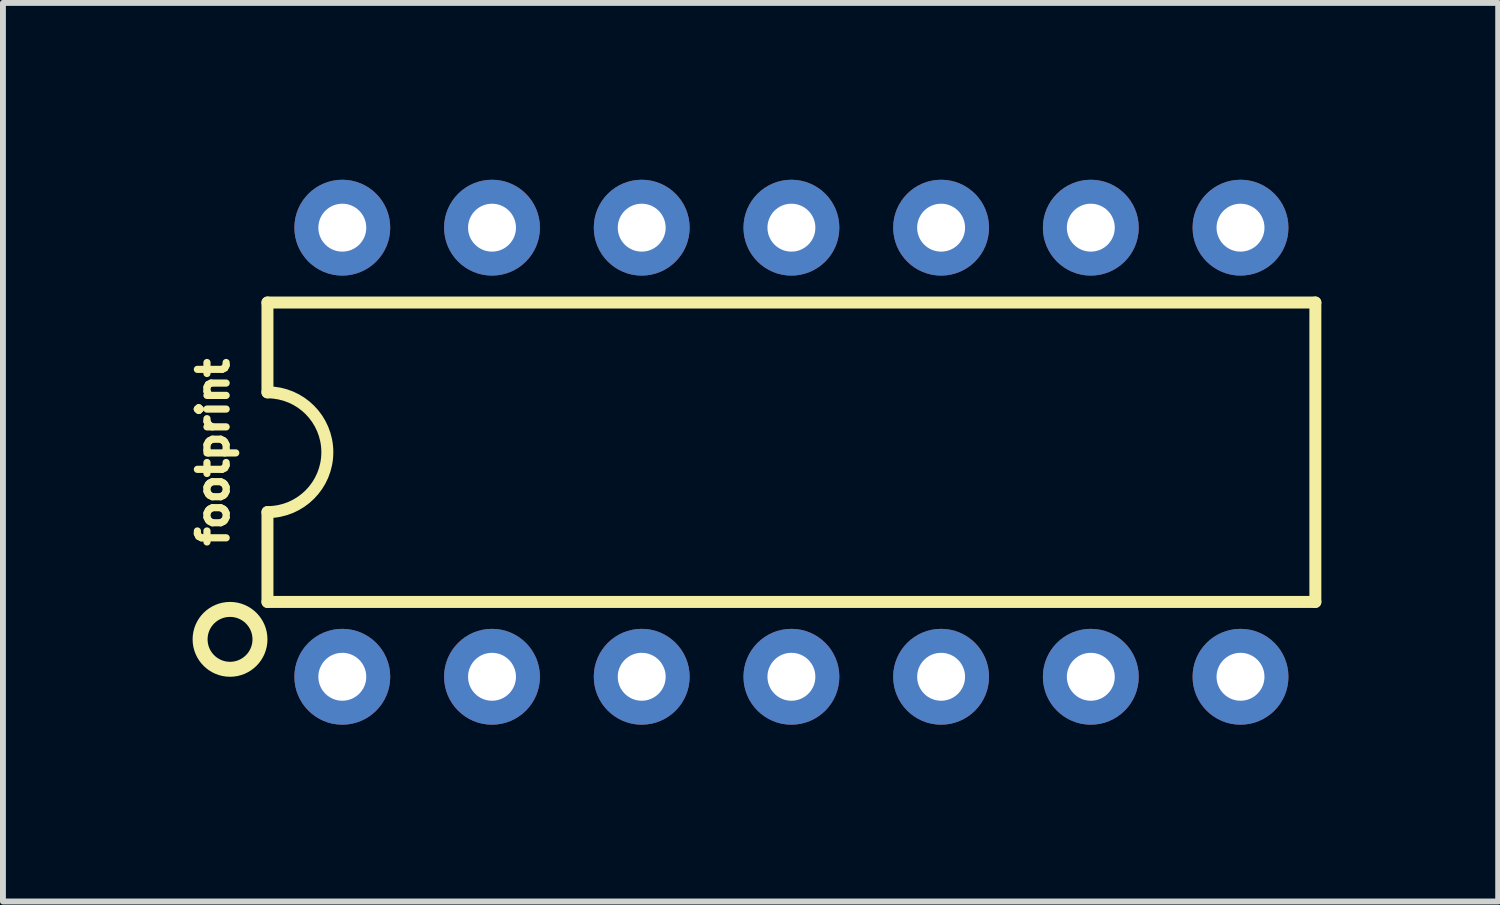
<source format=kicad_pcb>
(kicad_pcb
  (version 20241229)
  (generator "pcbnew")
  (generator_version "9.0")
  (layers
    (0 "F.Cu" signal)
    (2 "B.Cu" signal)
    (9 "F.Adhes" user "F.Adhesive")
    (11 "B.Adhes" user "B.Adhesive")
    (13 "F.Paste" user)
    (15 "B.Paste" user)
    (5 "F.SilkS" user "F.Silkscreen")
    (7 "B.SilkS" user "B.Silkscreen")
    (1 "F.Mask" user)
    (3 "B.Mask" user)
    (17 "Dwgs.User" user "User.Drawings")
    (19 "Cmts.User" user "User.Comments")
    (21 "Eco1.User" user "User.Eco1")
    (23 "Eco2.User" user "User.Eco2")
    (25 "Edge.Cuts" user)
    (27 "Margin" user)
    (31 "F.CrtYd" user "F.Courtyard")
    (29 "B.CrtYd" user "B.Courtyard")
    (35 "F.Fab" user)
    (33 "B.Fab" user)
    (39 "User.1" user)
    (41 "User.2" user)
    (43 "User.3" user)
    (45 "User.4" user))
  (footprint "footprint"
    (layer "F.Cu")
    (at 10.378 4.623)
    (property "Reference" "footprint" (at -9.525 0 90) (layer "F.SilkS") (effects (font (size 0.488 0.488) (thickness 0.122)) (justify bottom)))
    (fp_line (start -8.89 -2.54) (end -8.89 -1.016) (stroke (width 0.203) (type solid)) (layer "F.SilkS"))
    (fp_line (start -8.89 2.54) (end -8.89 1.016) (stroke (width 0.203) (type solid)) (layer "F.SilkS"))
    (fp_line (start -8.89 2.54) (end 8.89 2.54) (stroke (width 0.203) (type solid)) (layer "F.SilkS"))
    (fp_line (start 8.89 -2.54) (end -8.89 -2.54) (stroke (width 0.203) (type solid)) (layer "F.SilkS"))
    (fp_line (start 8.89 -2.54) (end 8.89 2.54) (stroke (width 0.203) (type solid)) (layer "F.SilkS"))
    (fp_arc (start -8.89 -1.016) (mid -7.874 0) (end -8.89 1.016) (stroke (width 0.2032) (type solid)) (layer "F.SilkS"))
    (fp_circle (center -9.525 3.175) (end -9.017 3.175) (stroke (width 0.254) (type solid)) (fill no) (layer "F.SilkS"))
    (pad "1" thru_hole circle (at -7.62 3.81 90) (size 1.626 1.626) (drill 0.813) (layers "*.Cu" "*.Mask"))
    (pad "2" thru_hole circle (at -5.08 3.81 90) (size 1.626 1.626) (drill 0.813) (layers "*.Cu" "*.Mask"))
    (pad "3" thru_hole circle (at -2.54 3.81 90) (size 1.626 1.626) (drill 0.813) (layers "*.Cu" "*.Mask"))
    (pad "4" thru_hole circle (at 0 3.81 90) (size 1.626 1.626) (drill 0.813) (layers "*.Cu" "*.Mask"))
    (pad "5" thru_hole circle (at 2.54 3.81 90) (size 1.626 1.626) (drill 0.813) (layers "*.Cu" "*.Mask"))
    (pad "6" thru_hole circle (at 5.08 3.81 90) (size 1.626 1.626) (drill 0.813) (layers "*.Cu" "*.Mask"))
    (pad "7" thru_hole circle (at 7.62 3.81 90) (size 1.626 1.626) (drill 0.813) (layers "*.Cu" "*.Mask"))
    (pad "8" thru_hole circle (at 7.62 -3.81 90) (size 1.626 1.626) (drill 0.813) (layers "*.Cu" "*.Mask"))
    (pad "9" thru_hole circle (at 5.08 -3.81 90) (size 1.626 1.626) (drill 0.813) (layers "*.Cu" "*.Mask"))
    (pad "10" thru_hole circle (at 2.54 -3.81 90) (size 1.626 1.626) (drill 0.813) (layers "*.Cu" "*.Mask"))
    (pad "11" thru_hole circle (at 0 -3.81 90) (size 1.626 1.626) (drill 0.813) (layers "*.Cu" "*.Mask"))
    (pad "12" thru_hole circle (at -2.54 -3.81 90) (size 1.626 1.626) (drill 0.813) (layers "*.Cu" "*.Mask"))
    (pad "13" thru_hole circle (at -5.08 -3.81 90) (size 1.626 1.626) (drill 0.813) (layers "*.Cu" "*.Mask"))
    (pad "14" thru_hole circle (at -7.62 -3.81 90) (size 1.626 1.626) (drill 0.813) (layers "*.Cu" "*.Mask")))
  (gr_rect
    (start -3 -3)
    (end 22.37 12.246)
    (stroke (width 0.1) (type default))
    (fill no)
    (layer "Edge.Cuts")))
</source>
